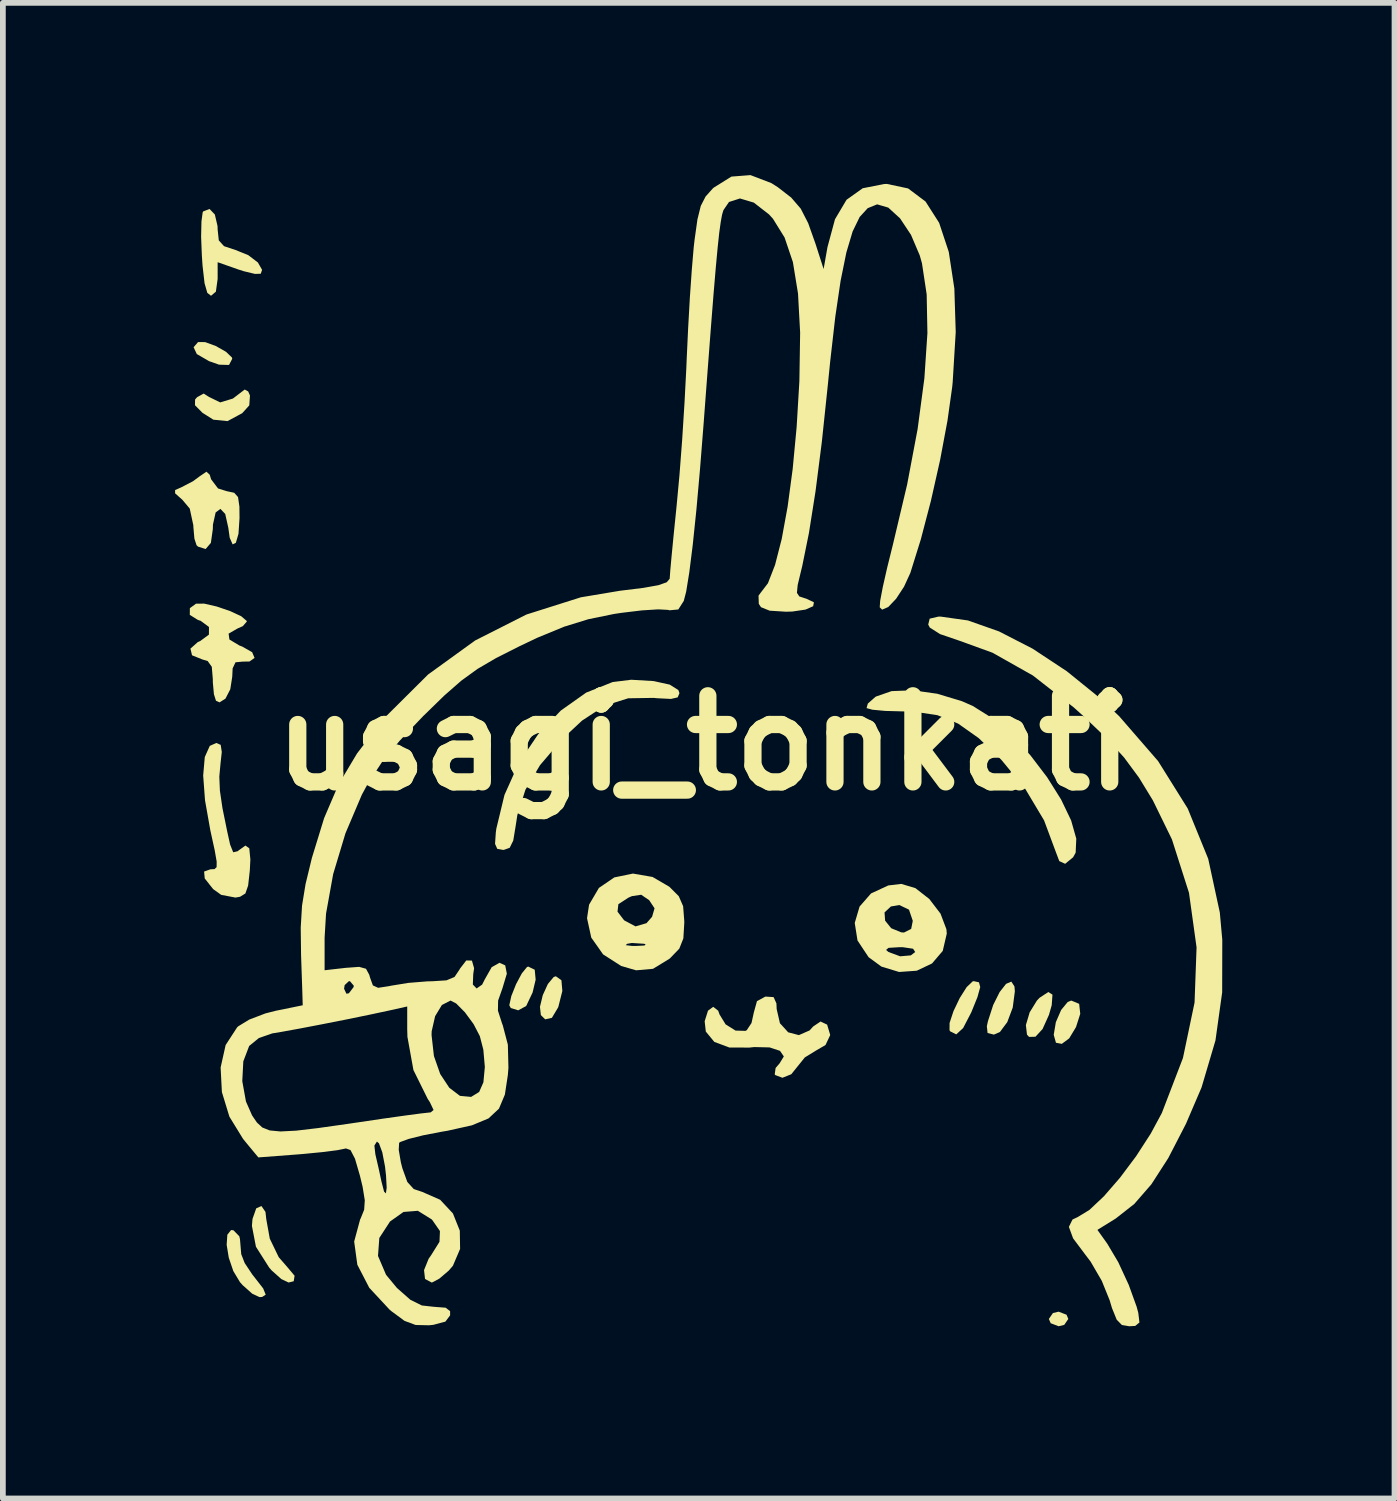
<source format=kicad_pcb>
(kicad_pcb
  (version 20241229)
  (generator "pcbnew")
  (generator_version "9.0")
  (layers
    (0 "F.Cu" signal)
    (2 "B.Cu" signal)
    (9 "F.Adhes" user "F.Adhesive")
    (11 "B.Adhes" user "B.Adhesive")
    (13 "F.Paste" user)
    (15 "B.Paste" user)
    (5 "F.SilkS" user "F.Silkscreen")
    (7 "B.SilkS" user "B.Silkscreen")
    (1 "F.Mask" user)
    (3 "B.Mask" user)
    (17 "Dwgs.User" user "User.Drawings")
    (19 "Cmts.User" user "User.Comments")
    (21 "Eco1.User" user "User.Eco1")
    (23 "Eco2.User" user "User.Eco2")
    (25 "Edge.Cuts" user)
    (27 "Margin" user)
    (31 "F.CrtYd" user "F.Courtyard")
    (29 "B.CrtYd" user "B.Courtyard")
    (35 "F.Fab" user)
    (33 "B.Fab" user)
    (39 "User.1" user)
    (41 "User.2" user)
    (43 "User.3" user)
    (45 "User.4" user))
  (footprint "usagi_tonkati"
    (layer "F.Cu")
    (at 9.208 9.891)
    (property "Reference" "usagi_tonkati" (at 0 0 0) (layer "F.SilkS") (effects (font (size 1.5 1.5) (thickness 0.3))))
    (attr board_only exclude_from_pos_files exclude_from_bom)
    (fp_poly (pts (xy 6.319 9.959) (xy 6.35 10.033) (xy 6.279 10.136) (xy 6.181 10.16) (xy 6.043 10.107) (xy 6.011 10.033) (xy 6.082 9.93) (xy 6.181 9.906)) (stroke (width 0) (type solid)) (fill yes) (layer "F.SilkS"))
    (fp_poly (pts (xy -8.684 -6.982) (xy -8.499 -6.914) (xy -8.321 -6.813) (xy -8.218 -6.714) (xy -8.213 -6.691) (xy -8.269 -6.584) (xy -8.442 -6.589) (xy -8.616 -6.65) (xy -8.83 -6.774) (xy -8.886 -6.893) (xy -8.808 -6.983)) (stroke (width 0) (type solid)) (fill yes) (layer "F.SilkS"))
    (fp_poly (pts (xy 6.539 4.544) (xy 6.558 4.718) (xy 6.484 4.949) (xy 6.365 5.146) (xy 6.237 5.241) (xy 6.135 5.222) (xy 6.096 5.084) (xy 6.133 4.863) (xy 6.225 4.651) (xy 6.339 4.512) (xy 6.401 4.487)) (stroke (width 0) (type solid)) (fill yes) (layer "F.SilkS"))
    (fp_poly (pts (xy -2.944 3.95) (xy -2.928 4.123) (xy -2.981 4.346) (xy -3.093 4.582) (xy -3.232 4.657) (xy -3.361 4.617) (xy -3.387 4.569) (xy -3.352 4.409) (xy -3.27 4.203) (xy -3.169 4.014) (xy -3.079 3.903) (xy -3.057 3.895)) (stroke (width 0) (type solid)) (fill yes) (layer "F.SilkS"))
    (fp_poly (pts (xy -2.479 4.133) (xy -2.463 4.32) (xy -2.531 4.59) (xy -2.538 4.609) (xy -2.645 4.788) (xy -2.762 4.814) (xy -2.837 4.74) (xy -2.853 4.596) (xy -2.804 4.393) (xy -2.715 4.198) (xy -2.614 4.077) (xy -2.576 4.064)) (stroke (width 0) (type solid)) (fill yes) (layer "F.SilkS"))
    (fp_poly (pts (xy 6.074 4.384) (xy 6.061 4.567) (xy 6.013 4.736) (xy 5.902 4.982) (xy 5.778 5.117) (xy 5.666 5.12) (xy 5.63 5.08) (xy 5.611 4.914) (xy 5.677 4.692) (xy 5.804 4.486) (xy 5.85 4.438) (xy 6.002 4.338)) (stroke (width 0) (type solid)) (fill yes) (layer "F.SilkS"))
    (fp_poly (pts (xy 5.412 4.241) (xy 5.419 4.326) (xy 5.382 4.609) (xy 5.287 4.862) (xy 5.159 5.034) (xy 5.054 5.08) (xy 4.944 5.052) (xy 4.931 4.935) (xy 4.95 4.847) (xy 5.042 4.563) (xy 5.154 4.339) (xy 5.266 4.196) (xy 5.358 4.157)) (stroke (width 0) (type solid)) (fill yes) (layer "F.SilkS"))
    (fp_poly (pts (xy 4.794 4.169) (xy 4.816 4.252) (xy 4.767 4.428) (xy 4.66 4.692) (xy 4.518 4.966) (xy 4.398 5.076) (xy 4.294 5.024) (xy 4.281 5.005) (xy 4.282 4.877) (xy 4.35 4.671) (xy 4.459 4.443) (xy 4.58 4.252) (xy 4.685 4.152) (xy 4.703 4.149)) (stroke (width 0) (type solid)) (fill yes) (layer "F.SilkS"))
    (fp_poly (pts (xy -7.935 -6.123) (xy -7.904 -6.052) (xy -7.916 -5.88) (xy -8.039 -5.744) (xy -8.295 -5.606) (xy -8.542 -5.631) (xy -8.732 -5.751) (xy -8.862 -5.883) (xy -8.86 -5.982) (xy -8.826 -6.022) (xy -8.71 -6.086) (xy -8.619 -6.028) (xy -8.423 -5.932) (xy -8.201 -5.999) (xy -8.115 -6.065) (xy -7.996 -6.156)) (stroke (width 0) (type solid)) (fill yes) (layer "F.SilkS"))
    (fp_poly (pts (xy -7.634 8.168) (xy -7.62 8.294) (xy -7.559 8.634) (xy -7.403 8.957) (xy -7.245 9.139) (xy -7.127 9.28) (xy -7.142 9.376) (xy -7.231 9.398) (xy -7.358 9.338) (xy -7.526 9.188) (xy -7.57 9.137) (xy -7.8 8.775) (xy -7.87 8.412) (xy -7.86 8.291) (xy -7.795 8.106) (xy -7.704 8.066)) (stroke (width 0) (type solid)) (fill yes) (layer "F.SilkS"))
    (fp_poly (pts (xy -8.192 8.488) (xy -8.09 8.592) (xy -8.078 8.643) (xy -8.062 8.837) (xy -8.056 8.905) (xy -7.996 9.059) (xy -7.863 9.259) (xy -7.832 9.298) (xy -7.674 9.501) (xy -7.63 9.61) (xy -7.693 9.65) (xy -7.739 9.652) (xy -7.866 9.592) (xy -8.034 9.442) (xy -8.078 9.392) (xy -8.194 9.199) (xy -8.273 8.967) (xy -8.31 8.741) (xy -8.298 8.565) (xy -8.233 8.484)) (stroke (width 0) (type solid)) (fill yes) (layer "F.SilkS"))
    (fp_poly (pts (xy -8.516 -9.205) (xy -8.469 -9.003) (xy -8.467 -8.942) (xy -8.447 -8.754) (xy -8.356 -8.653) (xy -8.157 -8.587) (xy -7.934 -8.497) (xy -7.766 -8.369) (xy -7.693 -8.241) (xy -7.716 -8.173) (xy -7.817 -8.17) (xy -8.016 -8.218) (xy -8.115 -8.25) (xy -8.467 -8.374) (xy -8.467 -8.082) (xy -8.498 -7.86) (xy -8.583 -7.789) (xy -8.647 -7.84) (xy -8.695 -8.007) (xy -8.73 -8.313) (xy -8.742 -8.488) (xy -8.755 -8.819) (xy -8.749 -9.085) (xy -8.728 -9.241) (xy -8.718 -9.259) (xy -8.608 -9.301)) (stroke (width 0) (type solid)) (fill yes) (layer "F.SilkS"))
    (fp_poly (pts (xy -0.874 -1.078) (xy -0.592 -1.016) (xy -0.442 -0.921) (xy -0.423 -0.867) (xy -0.454 -0.794) (xy -0.571 -0.767) (xy -0.81 -0.779) (xy -0.875 -0.785) (xy -1.316 -0.778) (xy -1.72 -0.651) (xy -2.119 -0.39) (xy -2.465 -0.067) (xy -2.852 0.387) (xy -3.106 0.815) (xy -3.247 1.257) (xy -3.276 1.445) (xy -3.318 1.7) (xy -3.38 1.826) (xy -3.481 1.862) (xy -3.495 1.863) (xy -3.597 1.844) (xy -3.635 1.758) (xy -3.622 1.561) (xy -3.613 1.494) (xy -3.471 0.905) (xy -3.222 0.35) (xy -2.887 -0.148) (xy -2.489 -0.565) (xy -2.048 -0.877) (xy -1.587 -1.061) (xy -1.264 -1.101)) (stroke (width 0) (type solid)) (fill yes) (layer "F.SilkS"))
    (fp_poly (pts (xy 4.068 -0.857) (xy 4.498 -0.727) (xy 4.685 -0.645) (xy 5.024 -0.433) (xy 5.364 -0.138) (xy 5.689 0.214) (xy 5.981 0.597) (xy 6.224 0.984) (xy 6.399 1.349) (xy 6.489 1.667) (xy 6.478 1.911) (xy 6.434 1.991) (xy 6.295 2.105) (xy 6.193 2.058) (xy 6.127 1.884) (xy 5.928 1.349) (xy 5.599 0.798) (xy 5.184 0.294) (xy 4.788 -0.085) (xy 4.431 -0.337) (xy 4.069 -0.484) (xy 3.661 -0.545) (xy 3.457 -0.55) (xy 3.162 -0.558) (xy 2.938 -0.579) (xy 2.836 -0.607) (xy 2.858 -0.686) (xy 2.988 -0.801) (xy 3.001 -0.809) (xy 3.272 -0.903) (xy 3.643 -0.917)) (stroke (width 0) (type solid)) (fill yes) (layer "F.SilkS"))
    (fp_poly (pts (xy -8.605 -4.672) (xy -8.581 -4.593) (xy -8.46 -4.433) (xy -8.31 -4.386) (xy -8.179 -4.358) (xy -8.112 -4.283) (xy -8.088 -4.117) (xy -8.086 -3.916) (xy -8.104 -3.643) (xy -8.15 -3.486) (xy -8.206 -3.459) (xy -8.257 -3.574) (xy -8.281 -3.747) (xy -8.335 -3.989) (xy -8.419 -4.077) (xy -8.502 -4.015) (xy -8.549 -3.803) (xy -8.551 -3.725) (xy -8.585 -3.485) (xy -8.676 -3.378) (xy -8.807 -3.419) (xy -8.834 -3.443) (xy -8.872 -3.559) (xy -8.89 -3.766) (xy -8.89 -3.789) (xy -8.953 -4.082) (xy -9.081 -4.235) (xy -9.208 -4.348) (xy -9.208 -4.405) (xy -9.102 -4.452) (xy -8.896 -4.559) (xy -8.781 -4.644) (xy -8.662 -4.725)) (stroke (width 0) (type solid)) (fill yes) (layer "F.SilkS"))
    (fp_poly (pts (xy -8.414 0.033) (xy -8.395 0.157) (xy -8.418 0.368) (xy -8.438 0.586) (xy -8.428 0.829) (xy -8.383 1.136) (xy -8.299 1.548) (xy -8.25 1.769) (xy -8.196 1.904) (xy -8.118 1.886) (xy -8.106 1.875) (xy -7.983 1.787) (xy -7.916 1.835) (xy -7.897 2.03) (xy -7.907 2.223) (xy -7.936 2.484) (xy -7.984 2.622) (xy -8.077 2.679) (xy -8.157 2.693) (xy -8.405 2.646) (xy -8.546 2.545) (xy -8.692 2.36) (xy -8.703 2.24) (xy -8.594 2.201) (xy -8.521 2.197) (xy -8.485 2.163) (xy -8.484 2.066) (xy -8.518 1.871) (xy -8.589 1.546) (xy -8.594 1.524) (xy -8.687 0.999) (xy -8.719 0.567) (xy -8.691 0.245) (xy -8.604 0.051) (xy -8.49 0)) (stroke (width 0) (type solid)) (fill yes) (layer "F.SilkS"))
    (fp_poly (pts (xy -8.484 -2.377) (xy -8.249 -2.297) (xy -8.056 -2.207) (xy -7.961 -2.126) (xy -7.959 -2.115) (xy -8.028 -2.035) (xy -8.128 -1.99) (xy -8.276 -1.904) (xy -8.262 -1.802) (xy -8.089 -1.698) (xy -8.039 -1.679) (xy -7.866 -1.581) (xy -7.824 -1.481) (xy -7.912 -1.419) (xy -8.031 -1.417) (xy -8.156 -1.405) (xy -8.206 -1.299) (xy -8.213 -1.152) (xy -8.247 -0.935) (xy -8.331 -0.772) (xy -8.434 -0.707) (xy -8.496 -0.735) (xy -8.532 -0.849) (xy -8.551 -1.059) (xy -8.551 -1.109) (xy -8.569 -1.327) (xy -8.641 -1.427) (xy -8.735 -1.455) (xy -8.913 -1.527) (xy -8.941 -1.643) (xy -8.813 -1.757) (xy -8.771 -1.775) (xy -8.619 -1.887) (xy -8.618 -2.02) (xy -8.764 -2.128) (xy -8.811 -2.143) (xy -8.952 -2.231) (xy -8.951 -2.348) (xy -8.844 -2.426) (xy -8.702 -2.427)) (stroke (width 0) (type solid)) (fill yes) (layer "F.SilkS"))
    (fp_poly (pts (xy 3.687 2.529) (xy 3.929 2.718) (xy 4.124 2.973) (xy 4.227 3.245) (xy 4.233 3.321) (xy 4.163 3.622) (xy 3.976 3.841) (xy 3.71 3.967) (xy 3.403 3.989) (xy 3.094 3.895) (xy 2.872 3.732) (xy 2.787 3.605) (xy 3.176 3.605) (xy 3.217 3.641) (xy 3.421 3.716) (xy 3.607 3.7) (xy 3.683 3.641) (xy 3.646 3.584) (xy 3.47 3.558) (xy 3.413 3.557) (xy 3.218 3.569) (xy 3.176 3.605) (xy 2.787 3.605) (xy 2.678 3.44) (xy 2.63 3.135) (xy 2.684 2.952) (xy 3.149 2.952) (xy 3.159 3.095) (xy 3.265 3.227) (xy 3.441 3.299) (xy 3.488 3.302) (xy 3.613 3.239) (xy 3.641 3.099) (xy 3.575 2.904) (xy 3.407 2.823) (xy 3.26 2.848) (xy 3.149 2.952) (xy 2.684 2.952) (xy 2.714 2.85) (xy 2.914 2.621) (xy 3.214 2.482) (xy 3.441 2.455)) (stroke (width 0) (type solid)) (fill yes) (layer "F.SilkS"))
    (fp_poly (pts (xy 1.217 4.427) (xy 1.266 4.537) (xy 1.27 4.634) (xy 1.327 4.882) (xy 1.471 5.04) (xy 1.657 5.089) (xy 1.844 5.007) (xy 1.904 4.94) (xy 2.034 4.852) (xy 2.149 4.906) (xy 2.201 5.08) (xy 2.201 5.092) (xy 2.121 5.261) (xy 1.962 5.354) (xy 1.761 5.477) (xy 1.644 5.622) (xy 1.525 5.77) (xy 1.371 5.832) (xy 1.246 5.785) (xy 1.236 5.772) (xy 1.252 5.661) (xy 1.321 5.581) (xy 1.395 5.46) (xy 1.328 5.363) (xy 1.147 5.303) (xy 0.88 5.297) (xy 0.795 5.306) (xy 0.446 5.305) (xy 0.184 5.207) (xy 0.036 5.027) (xy 0.016 4.848) (xy 0.074 4.663) (xy 0.165 4.596) (xy 0.252 4.664) (xy 0.275 4.729) (xy 0.381 4.902) (xy 0.554 5.01) (xy 0.726 5.015) (xy 0.749 5.003) (xy 0.832 4.878) (xy 0.873 4.692) (xy 0.927 4.497) (xy 1.069 4.42) (xy 1.081 4.418)) (stroke (width 0) (type solid)) (fill yes) (layer "F.SilkS"))
    (fp_poly (pts (xy -0.892 2.334) (xy -0.599 2.505) (xy -0.435 2.669) (xy -0.359 2.844) (xy -0.339 3.106) (xy -0.339 3.133) (xy -0.355 3.404) (xy -0.426 3.583) (xy -0.582 3.745) (xy -0.599 3.76) (xy -0.884 3.934) (xy -1.178 3.96) (xy -1.438 3.885) (xy -1.754 3.682) (xy -1.866 3.522) (xy -1.36 3.522) (xy -1.243 3.536) (xy -1.185 3.536) (xy -1.031 3.528) (xy -1.013 3.506) (xy -1.037 3.498) (xy -1.252 3.484) (xy -1.333 3.498) (xy -1.36 3.522) (xy -1.866 3.522) (xy -1.959 3.391) (xy -2.033 3.053) (xy -2.016 2.939) (xy -1.502 2.939) (xy -1.387 3.089) (xy -1.189 3.195) (xy -0.997 3.139) (xy -0.9 3.028) (xy -0.857 2.88) (xy -0.951 2.738) (xy -1.09 2.644) (xy -1.251 2.668) (xy -1.309 2.693) (xy -1.487 2.808) (xy -1.502 2.939) (xy -2.016 2.939) (xy -1.997 2.816) (xy -1.826 2.525) (xy -1.558 2.342) (xy -1.233 2.275)) (stroke (width 0) (type solid)) (fill yes) (layer "F.SilkS"))
    (fp_poly (pts (xy 4.601 -2.134) (xy 5.143 -1.943) (xy 5.727 -1.643) (xy 6.324 -1.249) (xy 6.907 -0.777) (xy 7.236 -0.466) (xy 7.914 0.316) (xy 8.43 1.142) (xy 8.787 2.018) (xy 8.989 2.953) (xy 9.032 3.429) (xy 9.03 4.344) (xy 8.913 5.182) (xy 8.671 6) (xy 8.399 6.634) (xy 8.091 7.231) (xy 7.797 7.687) (xy 7.5 8.029) (xy 7.178 8.282) (xy 7.148 8.301) (xy 6.857 8.481) (xy 7.03 8.724) (xy 7.22 9.044) (xy 7.403 9.44) (xy 7.541 9.822) (xy 7.569 9.927) (xy 7.589 10.094) (xy 7.516 10.154) (xy 7.412 10.16) (xy 7.283 10.138) (xy 7.193 10.046) (xy 7.111 9.844) (xy 7.07 9.707) (xy 6.933 9.369) (xy 6.739 9.035) (xy 6.644 8.91) (xy 6.433 8.628) (xy 6.36 8.429) (xy 6.423 8.301) (xy 6.517 8.256) (xy 6.717 8.134) (xy 6.97 7.896) (xy 7.25 7.573) (xy 7.531 7.198) (xy 7.786 6.804) (xy 7.979 6.446) (xy 8.347 5.487) (xy 8.549 4.522) (xy 8.584 3.561) (xy 8.452 2.61) (xy 8.155 1.68) (xy 7.823 1) (xy 7.581 0.604) (xy 7.322 0.254) (xy 7.008 -0.091) (xy 6.604 -0.476) (xy 6.447 -0.617) (xy 5.733 -1.175) (xy 5.029 -1.572) (xy 4.447 -1.783) (xy 4.116 -1.896) (xy 3.937 -2.01) (xy 3.91 -2.062) (xy 3.935 -2.165) (xy 4.089 -2.201) (xy 4.127 -2.201)) (stroke (width 0) (type solid)) (fill yes) (layer "F.SilkS"))
    (fp_poly (pts (xy 1.177 -9.752) (xy 1.292 -9.679) (xy 1.524 -9.499) (xy 1.689 -9.307) (xy 1.819 -9.054) (xy 1.949 -8.688) (xy 1.952 -8.678) (xy 2.088 -8.255) (xy 2.155 -8.636) (xy 2.286 -9.122) (xy 2.487 -9.461) (xy 2.769 -9.662) (xy 3.141 -9.736) (xy 3.191 -9.737) (xy 3.559 -9.659) (xy 3.863 -9.431) (xy 4.1 -9.06) (xy 4.268 -8.553) (xy 4.365 -7.916) (xy 4.389 -7.158) (xy 4.336 -6.285) (xy 4.328 -6.203) (xy 4.245 -5.612) (xy 4.117 -4.929) (xy 3.957 -4.218) (xy 3.781 -3.546) (xy 3.603 -2.976) (xy 3.599 -2.963) (xy 3.488 -2.721) (xy 3.351 -2.512) (xy 3.214 -2.368) (xy 3.107 -2.322) (xy 3.065 -2.363) (xy 3.073 -2.476) (xy 3.119 -2.718) (xy 3.195 -3.053) (xy 3.293 -3.448) (xy 3.3 -3.477) (xy 3.543 -4.503) (xy 3.725 -5.467) (xy 3.843 -6.352) (xy 3.896 -7.139) (xy 3.883 -7.813) (xy 3.801 -8.355) (xy 3.762 -8.493) (xy 3.61 -8.85) (xy 3.419 -9.138) (xy 3.214 -9.325) (xy 3.022 -9.381) (xy 3.016 -9.38) (xy 2.856 -9.315) (xy 2.716 -9.162) (xy 2.593 -8.909) (xy 2.484 -8.543) (xy 2.384 -8.051) (xy 2.291 -7.422) (xy 2.202 -6.641) (xy 2.16 -6.223) (xy 2.057 -5.245) (xy 1.947 -4.384) (xy 1.832 -3.656) (xy 1.715 -3.079) (xy 1.697 -3.006) (xy 1.636 -2.751) (xy 1.623 -2.615) (xy 1.665 -2.552) (xy 1.772 -2.517) (xy 1.787 -2.513) (xy 1.919 -2.45) (xy 1.906 -2.382) (xy 1.773 -2.323) (xy 1.542 -2.289) (xy 1.432 -2.286) (xy 1.148 -2.304) (xy 0.997 -2.365) (xy 0.959 -2.422) (xy 0.954 -2.565) (xy 0.988 -2.612) (xy 1.118 -2.782) (xy 1.242 -3.101) (xy 1.358 -3.553) (xy 1.461 -4.116) (xy 1.549 -4.772) (xy 1.618 -5.503) (xy 1.665 -6.288) (xy 1.666 -6.318) (xy 1.679 -7.147) (xy 1.642 -7.828) (xy 1.553 -8.375) (xy 1.408 -8.804) (xy 1.206 -9.13) (xy 1.136 -9.207) (xy 0.872 -9.412) (xy 0.631 -9.484) (xy 0.44 -9.423) (xy 0.343 -9.281) (xy 0.319 -9.201) (xy 0.296 -9.076) (xy 0.27 -8.889) (xy 0.242 -8.627) (xy 0.209 -8.272) (xy 0.17 -7.811) (xy 0.124 -7.228) (xy 0.069 -6.507) (xy 0.003 -5.633) (xy -0.000188 -5.588) (xy -0.065 -4.77) (xy -0.129 -4.052) (xy -0.192 -3.447) (xy -0.252 -2.97) (xy -0.306 -2.636) (xy -0.348 -2.474) (xy -0.443 -2.325) (xy -0.596 -2.311) (xy -0.622 -2.318) (xy -0.793 -2.327) (xy -1.079 -2.309) (xy -1.428 -2.267) (xy -1.562 -2.247) (xy -2.007 -2.156) (xy -2.432 -2.025) (xy -2.9 -1.832) (xy -3.205 -1.687) (xy -3.617 -1.479) (xy -3.94 -1.29) (xy -4.223 -1.085) (xy -4.518 -0.827) (xy -4.875 -0.479) (xy -4.879 -0.476) (xy -5.297 -0.038) (xy -5.609 0.34) (xy -5.845 0.698) (xy -5.955 0.901) (xy -6.241 1.574) (xy -6.455 2.285) (xy -6.579 2.973) (xy -6.604 3.392) (xy -6.604 3.959) (xy -6.235 3.917) (xy -6.002 3.9) (xy -5.883 3.933) (xy -5.826 4.038) (xy -5.812 4.088) (xy -5.763 4.223) (xy -5.672 4.265) (xy -5.483 4.236) (xy -5.44 4.227) (xy -5.144 4.179) (xy -4.809 4.152) (xy -4.734 4.151) (xy -4.482 4.135) (xy -4.341 4.076) (xy -4.253 3.945) (xy -4.247 3.932) (xy -4.136 3.788) (xy -4.038 3.791) (xy -4 3.923) (xy -4.015 4.026) (xy -4.022 4.208) (xy -3.956 4.276) (xy -3.86 4.209) (xy -3.815 4.12) (xy -3.694 3.906) (xy -3.558 3.829) (xy -3.458 3.874) (xy -3.43 4.019) (xy -3.505 4.269) (xy -3.582 4.488) (xy -3.585 4.663) (xy -3.513 4.886) (xy -3.5 4.92) (xy -3.412 5.255) (xy -3.402 5.659) (xy -3.412 5.783) (xy -3.464 6.125) (xy -3.567 6.37) (xy -3.749 6.54) (xy -4.038 6.66) (xy -4.464 6.755) (xy -4.561 6.771) (xy -4.887 6.834) (xy -5.143 6.898) (xy -5.289 6.952) (xy -5.306 6.965) (xy -5.313 7.086) (xy -5.276 7.303) (xy -5.25 7.406) (xy -5.163 7.647) (xy -5.051 7.77) (xy -4.9 7.821) (xy -4.591 7.957) (xy -4.369 8.195) (xy -4.249 8.495) (xy -4.244 8.813) (xy -4.369 9.106) (xy -4.441 9.19) (xy -4.606 9.331) (xy -4.731 9.397) (xy -4.74 9.398) (xy -4.855 9.336) (xy -4.872 9.182) (xy -4.792 8.984) (xy -4.749 8.923) (xy -4.603 8.689) (xy -4.595 8.502) (xy -4.726 8.313) (xy -4.741 8.297) (xy -4.98 8.149) (xy -5.23 8.169) (xy -5.465 8.336) (xy -5.651 8.622) (xy -5.674 8.935) (xy -5.534 9.263) (xy -5.344 9.493) (xy -5.11 9.699) (xy -4.91 9.798) (xy -4.703 9.821) (xy -4.495 9.837) (xy -4.418 9.897) (xy -4.418 9.97) (xy -4.5 10.079) (xy -4.709 10.135) (xy -4.786 10.143) (xy -5.018 10.138) (xy -5.212 10.066) (xy -5.44 9.898) (xy -5.473 9.87) (xy -5.826 9.49) (xy -6.034 9.088) (xy -6.089 8.684) (xy -5.985 8.299) (xy -5.976 8.282) (xy -5.915 8.13) (xy -5.904 7.966) (xy -5.942 7.731) (xy -5.989 7.536) (xy -6.075 7.241) (xy -6.153 7.091) (xy -6.234 7.062) (xy -6.242 7.065) (xy -6.38 7.093) (xy -6.638 7.126) (xy -6.966 7.158) (xy -7.061 7.166) (xy -7.758 7.219) (xy -7.929 7.013) (xy -5.737 7.013) (xy -5.72 7.164) (xy -5.66 7.423) (xy -5.615 7.633) (xy -5.568 7.815) (xy -5.536 7.846) (xy -5.523 7.747) (xy -5.534 7.535) (xy -5.552 7.376) (xy -5.599 7.131) (xy -5.657 6.974) (xy -5.693 6.943) (xy -5.737 7.013) (xy -7.929 7.013) (xy -8.024 6.897) (xy -8.262 6.51) (xy -8.393 6.081) (xy -8.403 5.891) (xy -8.038 5.891) (xy -7.974 6.245) (xy -7.867 6.488) (xy -7.783 6.611) (xy -7.689 6.698) (xy -7.56 6.749) (xy -7.372 6.767) (xy -7.099 6.753) (xy -6.718 6.708) (xy -6.202 6.635) (xy -5.998 6.605) (xy -5.573 6.542) (xy -5.203 6.49) (xy -4.924 6.453) (xy -4.77 6.436) (xy -4.757 6.435) (xy -4.706 6.393) (xy -4.771 6.256) (xy -4.807 6.202) (xy -5.057 5.697) (xy -5.162 5.115) (xy -5.162 5.089) (xy -4.741 5.089) (xy -4.7 5.453) (xy -4.59 5.767) (xy -4.432 6.006) (xy -4.246 6.147) (xy -4.052 6.165) (xy -3.912 6.079) (xy -3.838 5.911) (xy -3.813 5.644) (xy -3.839 5.343) (xy -3.9 5.107) (xy -4.009 4.897) (xy -4.161 4.69) (xy -4.313 4.537) (xy -4.411 4.487) (xy -4.561 4.564) (xy -4.679 4.759) (xy -4.739 5.022) (xy -4.741 5.089) (xy -5.162 5.089) (xy -5.165 4.992) (xy -5.165 4.59) (xy -5.482 4.661) (xy -5.815 4.732) (xy -6.218 4.815) (xy -6.644 4.899) (xy -7.04 4.975) (xy -7.359 5.033) (xy -7.516 5.059) (xy -7.749 5.14) (xy -7.918 5.278) (xy -8.02 5.546) (xy -8.038 5.891) (xy -8.403 5.891) (xy -8.415 5.652) (xy -8.328 5.262) (xy -8.128 4.954) (xy -8.108 4.935) (xy -7.916 4.818) (xy -7.633 4.71) (xy -7.451 4.664) (xy -6.985 4.569) (xy -6.994 4.281) (xy -6.265 4.281) (xy -6.224 4.368) (xy -6.181 4.36) (xy -6.099 4.252) (xy -6.096 4.228) (xy -6.161 4.151) (xy -6.181 4.149) (xy -6.255 4.218) (xy -6.265 4.281) (xy -6.994 4.281) (xy -7.014 3.693) (xy -7.02 3.218) (xy -6.997 2.833) (xy -6.936 2.459) (xy -6.829 2.017) (xy -6.826 2.004) (xy -6.612 1.308) (xy -6.361 0.722) (xy -6.039 0.183) (xy -5.617 -0.367) (xy -5.532 -0.466) (xy -4.802 -1.192) (xy -3.982 -1.785) (xy -3.089 -2.237) (xy -2.141 -2.537) (xy -1.46 -2.651) (xy -1.053 -2.701) (xy -0.79 -2.748) (xy -0.645 -2.799) (xy -0.593 -2.861) (xy -0.592 -2.876) (xy -0.583 -3.005) (xy -0.559 -3.267) (xy -0.524 -3.626) (xy -0.481 -4.048) (xy -0.471 -4.149) (xy -0.423 -4.664) (xy -0.376 -5.279) (xy -0.335 -5.927) (xy -0.303 -6.539) (xy -0.297 -6.689) (xy -0.272 -7.222) (xy -0.242 -7.757) (xy -0.208 -8.243) (xy -0.175 -8.631) (xy -0.16 -8.763) (xy -0.11 -9.119) (xy -0.052 -9.354) (xy 0.032 -9.518) (xy 0.159 -9.66) (xy 0.174 -9.673) (xy 0.482 -9.865) (xy 0.814 -9.891)) (stroke (width 0) (type solid)) (fill yes) (layer "F.SilkS")))
  (gr_rect
    (start -3 -3)
    (end 21.24 23.051)
    (stroke (width 0.1) (type default))
    (fill no)
    (layer "Edge.Cuts")))
</source>
